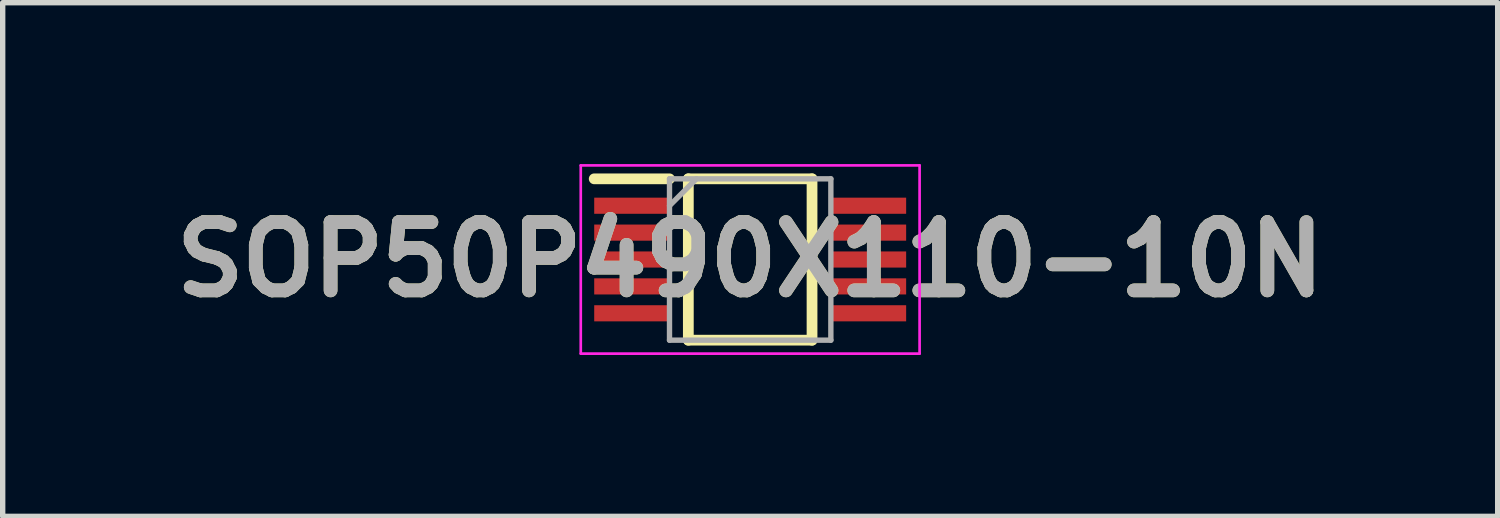
<source format=kicad_pcb>
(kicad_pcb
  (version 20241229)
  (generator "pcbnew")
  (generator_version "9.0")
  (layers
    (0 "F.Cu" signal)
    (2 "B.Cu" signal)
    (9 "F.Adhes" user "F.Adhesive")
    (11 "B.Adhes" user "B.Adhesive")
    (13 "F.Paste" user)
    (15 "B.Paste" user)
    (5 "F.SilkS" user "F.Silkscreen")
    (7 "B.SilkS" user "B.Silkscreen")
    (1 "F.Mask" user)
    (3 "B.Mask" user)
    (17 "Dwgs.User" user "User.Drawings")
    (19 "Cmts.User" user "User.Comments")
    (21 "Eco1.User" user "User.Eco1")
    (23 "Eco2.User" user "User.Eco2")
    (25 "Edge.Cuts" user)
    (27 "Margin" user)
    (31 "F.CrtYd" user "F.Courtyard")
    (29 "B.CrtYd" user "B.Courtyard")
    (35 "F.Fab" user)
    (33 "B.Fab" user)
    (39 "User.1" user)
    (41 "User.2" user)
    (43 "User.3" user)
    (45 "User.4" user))
  (footprint "SOP50P490X110-10N"
    (layer "F.Cu")
    (at 10.898 1.775)
    (property "Reference" "SOP50P490X110-10N" (at 0 0 0) (layer "F.SilkS") (effects (font (size 1.27 1.27) (thickness 0.254))))
    (attr smd)
    (fp_line (start -2.9 -1.5) (end -1.5 -1.5) (stroke (width 0.2) (type solid)) (layer "F.SilkS"))
    (fp_line (start -1.15 -1.5) (end 1.15 -1.5) (stroke (width 0.2) (type solid)) (layer "F.SilkS"))
    (fp_line (start -1.15 1.5) (end -1.15 -1.5) (stroke (width 0.2) (type solid)) (layer "F.SilkS"))
    (fp_line (start 1.15 -1.5) (end 1.15 1.5) (stroke (width 0.2) (type solid)) (layer "F.SilkS"))
    (fp_line (start 1.15 1.5) (end -1.15 1.5) (stroke (width 0.2) (type solid)) (layer "F.SilkS"))
    (fp_line (start -3.15 -1.75) (end 3.15 -1.75) (stroke (width 0.05) (type solid)) (layer "F.CrtYd"))
    (fp_line (start -3.15 1.75) (end -3.15 -1.75) (stroke (width 0.05) (type solid)) (layer "F.CrtYd"))
    (fp_line (start 3.15 -1.75) (end 3.15 1.75) (stroke (width 0.05) (type solid)) (layer "F.CrtYd"))
    (fp_line (start 3.15 1.75) (end -3.15 1.75) (stroke (width 0.05) (type solid)) (layer "F.CrtYd"))
    (fp_line (start -1.5 -1.5) (end 1.5 -1.5) (stroke (width 0.1) (type solid)) (layer "F.Fab"))
    (fp_line (start -1.5 -1) (end -1 -1.5) (stroke (width 0.1) (type solid)) (layer "F.Fab"))
    (fp_line (start -1.5 1.5) (end -1.5 -1.5) (stroke (width 0.1) (type solid)) (layer "F.Fab"))
    (fp_line (start 1.5 -1.5) (end 1.5 1.5) (stroke (width 0.1) (type solid)) (layer "F.Fab"))
    (fp_line (start 1.5 1.5) (end -1.5 1.5) (stroke (width 0.1) (type solid)) (layer "F.Fab"))
    (fp_text user "${REFERENCE}" (at 0 0 0) (layer "F.Fab") (effects (font (size 1.27 1.27) (thickness 0.254))))
    (pad "1" smd rect (at -2.2 -1 90) (size 0.3 1.4) (layers "F.Cu" "F.Mask" "F.Paste"))
    (pad "2" smd rect (at -2.2 -0.5 90) (size 0.3 1.4) (layers "F.Cu" "F.Mask" "F.Paste"))
    (pad "3" smd rect (at -2.2 0 90) (size 0.3 1.4) (layers "F.Cu" "F.Mask" "F.Paste"))
    (pad "4" smd rect (at -2.2 0.5 90) (size 0.3 1.4) (layers "F.Cu" "F.Mask" "F.Paste"))
    (pad "5" smd rect (at -2.2 1 90) (size 0.3 1.4) (layers "F.Cu" "F.Mask" "F.Paste"))
    (pad "6" smd rect (at 2.2 1 90) (size 0.3 1.4) (layers "F.Cu" "F.Mask" "F.Paste"))
    (pad "7" smd rect (at 2.2 0.5 90) (size 0.3 1.4) (layers "F.Cu" "F.Mask" "F.Paste"))
    (pad "8" smd rect (at 2.2 0 90) (size 0.3 1.4) (layers "F.Cu" "F.Mask" "F.Paste"))
    (pad "9" smd rect (at 2.2 -0.5 90) (size 0.3 1.4) (layers "F.Cu" "F.Mask" "F.Paste"))
    (pad "10" smd rect (at 2.2 -1 90) (size 0.3 1.4) (layers "F.Cu" "F.Mask" "F.Paste")))
  (gr_rect
    (start -3 -3)
    (end 24.796 6.55)
    (stroke (width 0.1) (type default))
    (fill no)
    (layer "Edge.Cuts")))
</source>
